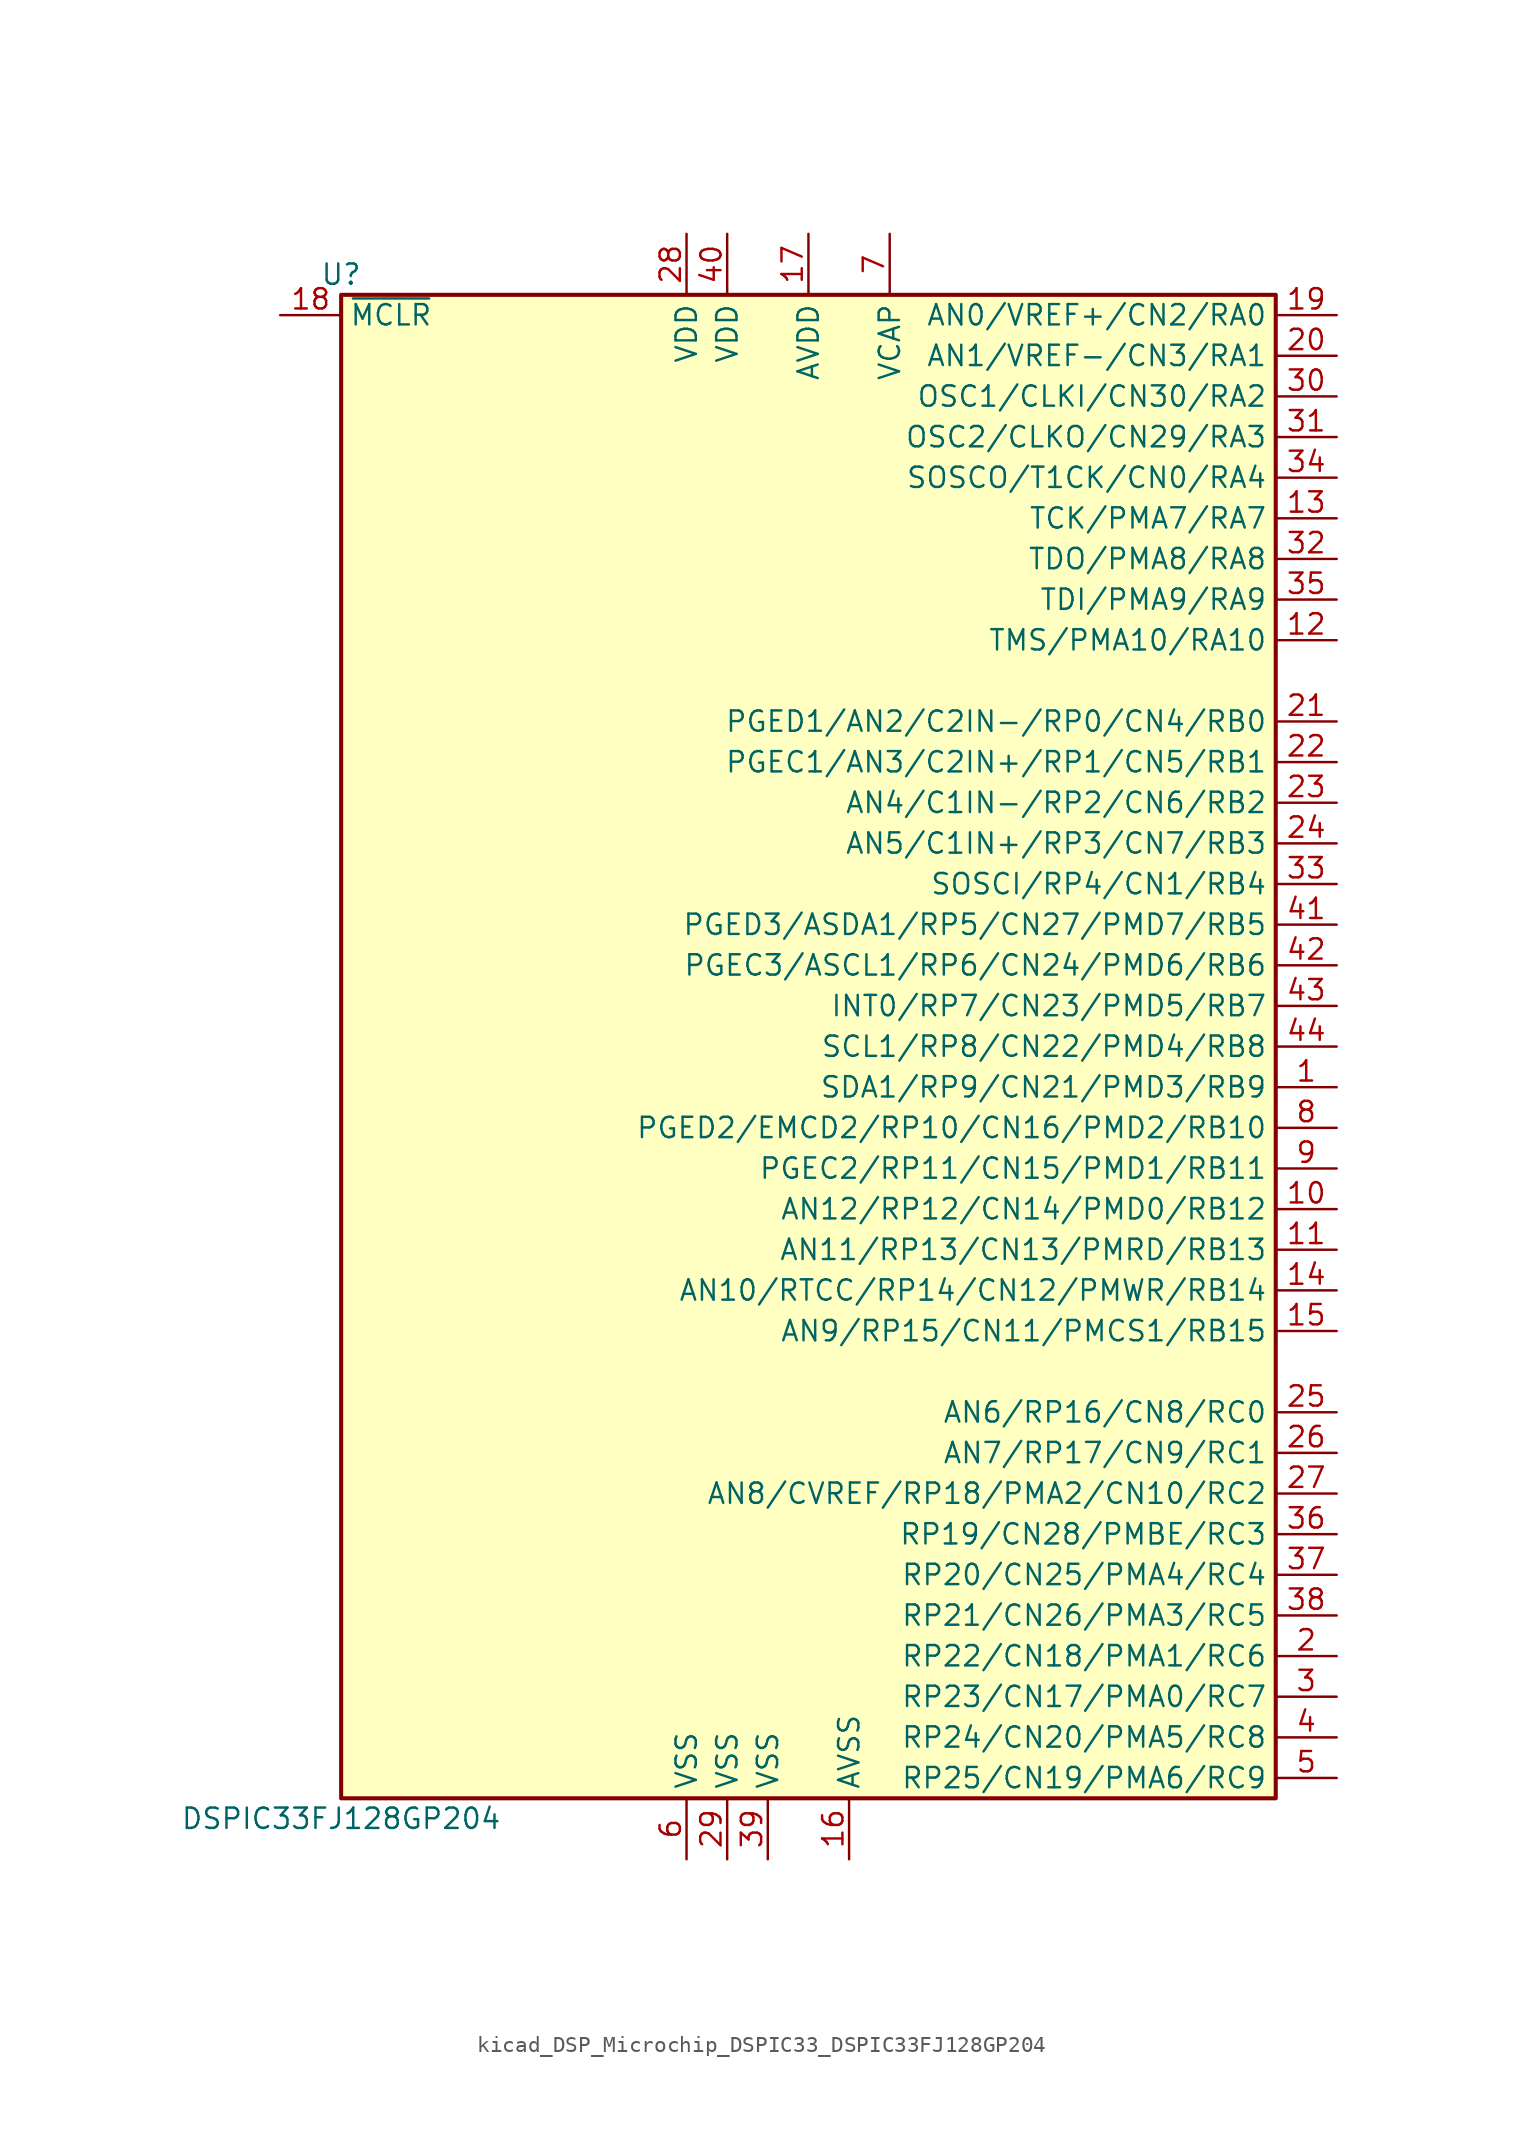
<source format=kicad_sym>
(kicad_symbol_lib
  (version 20220914)
  (generator kicad_symbol_editor)
  (symbol "kicad_DSP_Microchip_DSPIC33_DSPIC33FJ128GP204"
    (property "Reference" "U"
      (at -29.21 48.26 0)
      (effects (font (size 1.27 1.27))))
    (property "Value" "DSPIC33FJ128GP204"
      (at -29.21 -48.26 0)
      (effects (font (size 1.27 1.27))))
    (symbol "kicad_DSP_Microchip_DSPIC33_DSPIC33FJ128GP204_1_1"
      (rectangle (start -29.21 46.99) (end 29.21 -46.99) (stroke (width 0.254) (type default)) (fill (type background)))
      (pin bidirectional line (at 33.02 -2.54 180) (length 3.81) (name "SDA1/RP9/CN21/PMD3/RB9" (effects (font (size 1.27 1.27)))) (number "1" (effects (font (size 1.27 1.27)))))
      (pin bidirectional line (at 33.02 -10.16 180) (length 3.81) (name "AN12/RP12/CN14/PMD0/RB12" (effects (font (size 1.27 1.27)))) (number "10" (effects (font (size 1.27 1.27)))))
      (pin bidirectional line (at 33.02 -12.7 180) (length 3.81) (name "AN11/RP13/CN13/PMRD/RB13" (effects (font (size 1.27 1.27)))) (number "11" (effects (font (size 1.27 1.27)))))
      (pin bidirectional line (at 33.02 25.4 180) (length 3.81) (name "TMS/PMA10/RA10" (effects (font (size 1.27 1.27)))) (number "12" (effects (font (size 1.27 1.27)))))
      (pin bidirectional line (at 33.02 33.02 180) (length 3.81) (name "TCK/PMA7/RA7" (effects (font (size 1.27 1.27)))) (number "13" (effects (font (size 1.27 1.27)))))
      (pin bidirectional line (at 33.02 -15.24 180) (length 3.81) (name "AN10/RTCC/RP14/CN12/PMWR/RB14" (effects (font (size 1.27 1.27)))) (number "14" (effects (font (size 1.27 1.27)))))
      (pin bidirectional line (at 33.02 -17.78 180) (length 3.81) (name "AN9/RP15/CN11/PMCS1/RB15" (effects (font (size 1.27 1.27)))) (number "15" (effects (font (size 1.27 1.27)))))
      (pin power_in line (at 2.54 -50.8 90) (length 3.81) (name "AVSS" (effects (font (size 1.27 1.27)))) (number "16" (effects (font (size 1.27 1.27)))))
      (pin power_in line (at 0 50.8 270) (length 3.81) (name "AVDD" (effects (font (size 1.27 1.27)))) (number "17" (effects (font (size 1.27 1.27)))))
      (pin input line (at -33.02 45.72 0) (length 3.81) (name "~{MCLR}" (effects (font (size 1.27 1.27)))) (number "18" (effects (font (size 1.27 1.27)))))
      (pin bidirectional line (at 33.02 45.72 180) (length 3.81) (name "AN0/VREF+/CN2/RA0" (effects (font (size 1.27 1.27)))) (number "19" (effects (font (size 1.27 1.27)))))
      (pin bidirectional line (at 33.02 -38.1 180) (length 3.81) (name "RP22/CN18/PMA1/RC6" (effects (font (size 1.27 1.27)))) (number "2" (effects (font (size 1.27 1.27)))))
      (pin bidirectional line (at 33.02 43.18 180) (length 3.81) (name "AN1/VREF-/CN3/RA1" (effects (font (size 1.27 1.27)))) (number "20" (effects (font (size 1.27 1.27)))))
      (pin bidirectional line (at 33.02 20.32 180) (length 3.81) (name "PGED1/AN2/C2IN-/RP0/CN4/RB0" (effects (font (size 1.27 1.27)))) (number "21" (effects (font (size 1.27 1.27)))))
      (pin bidirectional line (at 33.02 17.78 180) (length 3.81) (name "PGEC1/AN3/C2IN+/RP1/CN5/RB1" (effects (font (size 1.27 1.27)))) (number "22" (effects (font (size 1.27 1.27)))))
      (pin bidirectional line (at 33.02 15.24 180) (length 3.81) (name "AN4/C1IN-/RP2/CN6/RB2" (effects (font (size 1.27 1.27)))) (number "23" (effects (font (size 1.27 1.27)))))
      (pin bidirectional line (at 33.02 12.7 180) (length 3.81) (name "AN5/C1IN+/RP3/CN7/RB3" (effects (font (size 1.27 1.27)))) (number "24" (effects (font (size 1.27 1.27)))))
      (pin bidirectional line (at 33.02 -22.86 180) (length 3.81) (name "AN6/RP16/CN8/RC0" (effects (font (size 1.27 1.27)))) (number "25" (effects (font (size 1.27 1.27)))))
      (pin bidirectional line (at 33.02 -25.4 180) (length 3.81) (name "AN7/RP17/CN9/RC1" (effects (font (size 1.27 1.27)))) (number "26" (effects (font (size 1.27 1.27)))))
      (pin bidirectional line (at 33.02 -27.94 180) (length 3.81) (name "AN8/CVREF/RP18/PMA2/CN10/RC2" (effects (font (size 1.27 1.27)))) (number "27" (effects (font (size 1.27 1.27)))))
      (pin power_in line (at -7.62 50.8 270) (length 3.81) (name "VDD" (effects (font (size 1.27 1.27)))) (number "28" (effects (font (size 1.27 1.27)))))
      (pin power_in line (at -5.08 -50.8 90) (length 3.81) (name "VSS" (effects (font (size 1.27 1.27)))) (number "29" (effects (font (size 1.27 1.27)))))
      (pin bidirectional line (at 33.02 -40.64 180) (length 3.81) (name "RP23/CN17/PMA0/RC7" (effects (font (size 1.27 1.27)))) (number "3" (effects (font (size 1.27 1.27)))))
      (pin input line (at 33.02 40.64 180) (length 3.81) (name "OSC1/CLKI/CN30/RA2" (effects (font (size 1.27 1.27)))) (number "30" (effects (font (size 1.27 1.27)))))
      (pin input line (at 33.02 38.1 180) (length 3.81) (name "OSC2/CLKO/CN29/RA3" (effects (font (size 1.27 1.27)))) (number "31" (effects (font (size 1.27 1.27)))))
      (pin input line (at 33.02 30.48 180) (length 3.81) (name "TDO/PMA8/RA8" (effects (font (size 1.27 1.27)))) (number "32" (effects (font (size 1.27 1.27)))))
      (pin input line (at 33.02 10.16 180) (length 3.81) (name "SOSCI/RP4/CN1/RB4" (effects (font (size 1.27 1.27)))) (number "33" (effects (font (size 1.27 1.27)))))
      (pin input line (at 33.02 35.56 180) (length 3.81) (name "SOSCO/T1CK/CN0/RA4" (effects (font (size 1.27 1.27)))) (number "34" (effects (font (size 1.27 1.27)))))
      (pin input line (at 33.02 27.94 180) (length 3.81) (name "TDI/PMA9/RA9" (effects (font (size 1.27 1.27)))) (number "35" (effects (font (size 1.27 1.27)))))
      (pin input line (at 33.02 -30.48 180) (length 3.81) (name "RP19/CN28/PMBE/RC3" (effects (font (size 1.27 1.27)))) (number "36" (effects (font (size 1.27 1.27)))))
      (pin input line (at 33.02 -33.02 180) (length 3.81) (name "RP20/CN25/PMA4/RC4" (effects (font (size 1.27 1.27)))) (number "37" (effects (font (size 1.27 1.27)))))
      (pin input line (at 33.02 -35.56 180) (length 3.81) (name "RP21/CN26/PMA3/RC5" (effects (font (size 1.27 1.27)))) (number "38" (effects (font (size 1.27 1.27)))))
      (pin power_in line (at -2.54 -50.8 90) (length 3.81) (name "VSS" (effects (font (size 1.27 1.27)))) (number "39" (effects (font (size 1.27 1.27)))))
      (pin bidirectional line (at 33.02 -43.18 180) (length 3.81) (name "RP24/CN20/PMA5/RC8" (effects (font (size 1.27 1.27)))) (number "4" (effects (font (size 1.27 1.27)))))
      (pin power_in line (at -5.08 50.8 270) (length 3.81) (name "VDD" (effects (font (size 1.27 1.27)))) (number "40" (effects (font (size 1.27 1.27)))))
      (pin input line (at 33.02 7.62 180) (length 3.81) (name "PGED3/ASDA1/RP5/CN27/PMD7/RB5" (effects (font (size 1.27 1.27)))) (number "41" (effects (font (size 1.27 1.27)))))
      (pin input line (at 33.02 5.08 180) (length 3.81) (name "PGEC3/ASCL1/RP6/CN24/PMD6/RB6" (effects (font (size 1.27 1.27)))) (number "42" (effects (font (size 1.27 1.27)))))
      (pin input line (at 33.02 2.54 180) (length 3.81) (name "INT0/RP7/CN23/PMD5/RB7" (effects (font (size 1.27 1.27)))) (number "43" (effects (font (size 1.27 1.27)))))
      (pin input line (at 33.02 0 180) (length 3.81) (name "SCL1/RP8/CN22/PMD4/RB8" (effects (font (size 1.27 1.27)))) (number "44" (effects (font (size 1.27 1.27)))))
      (pin bidirectional line (at 33.02 -45.72 180) (length 3.81) (name "RP25/CN19/PMA6/RC9" (effects (font (size 1.27 1.27)))) (number "5" (effects (font (size 1.27 1.27)))))
      (pin power_in line (at -7.62 -50.8 90) (length 3.81) (name "VSS" (effects (font (size 1.27 1.27)))) (number "6" (effects (font (size 1.27 1.27)))))
      (pin power_in line (at 5.08 50.8 270) (length 3.81) (name "VCAP" (effects (font (size 1.27 1.27)))) (number "7" (effects (font (size 1.27 1.27)))))
      (pin bidirectional line (at 33.02 -5.08 180) (length 3.81) (name "PGED2/EMCD2/RP10/CN16/PMD2/RB10" (effects (font (size 1.27 1.27)))) (number "8" (effects (font (size 1.27 1.27)))))
      (pin bidirectional line (at 33.02 -7.62 180) (length 3.81) (name "PGEC2/RP11/CN15/PMD1/RB11" (effects (font (size 1.27 1.27)))) (number "9" (effects (font (size 1.27 1.27))))))))
</source>
